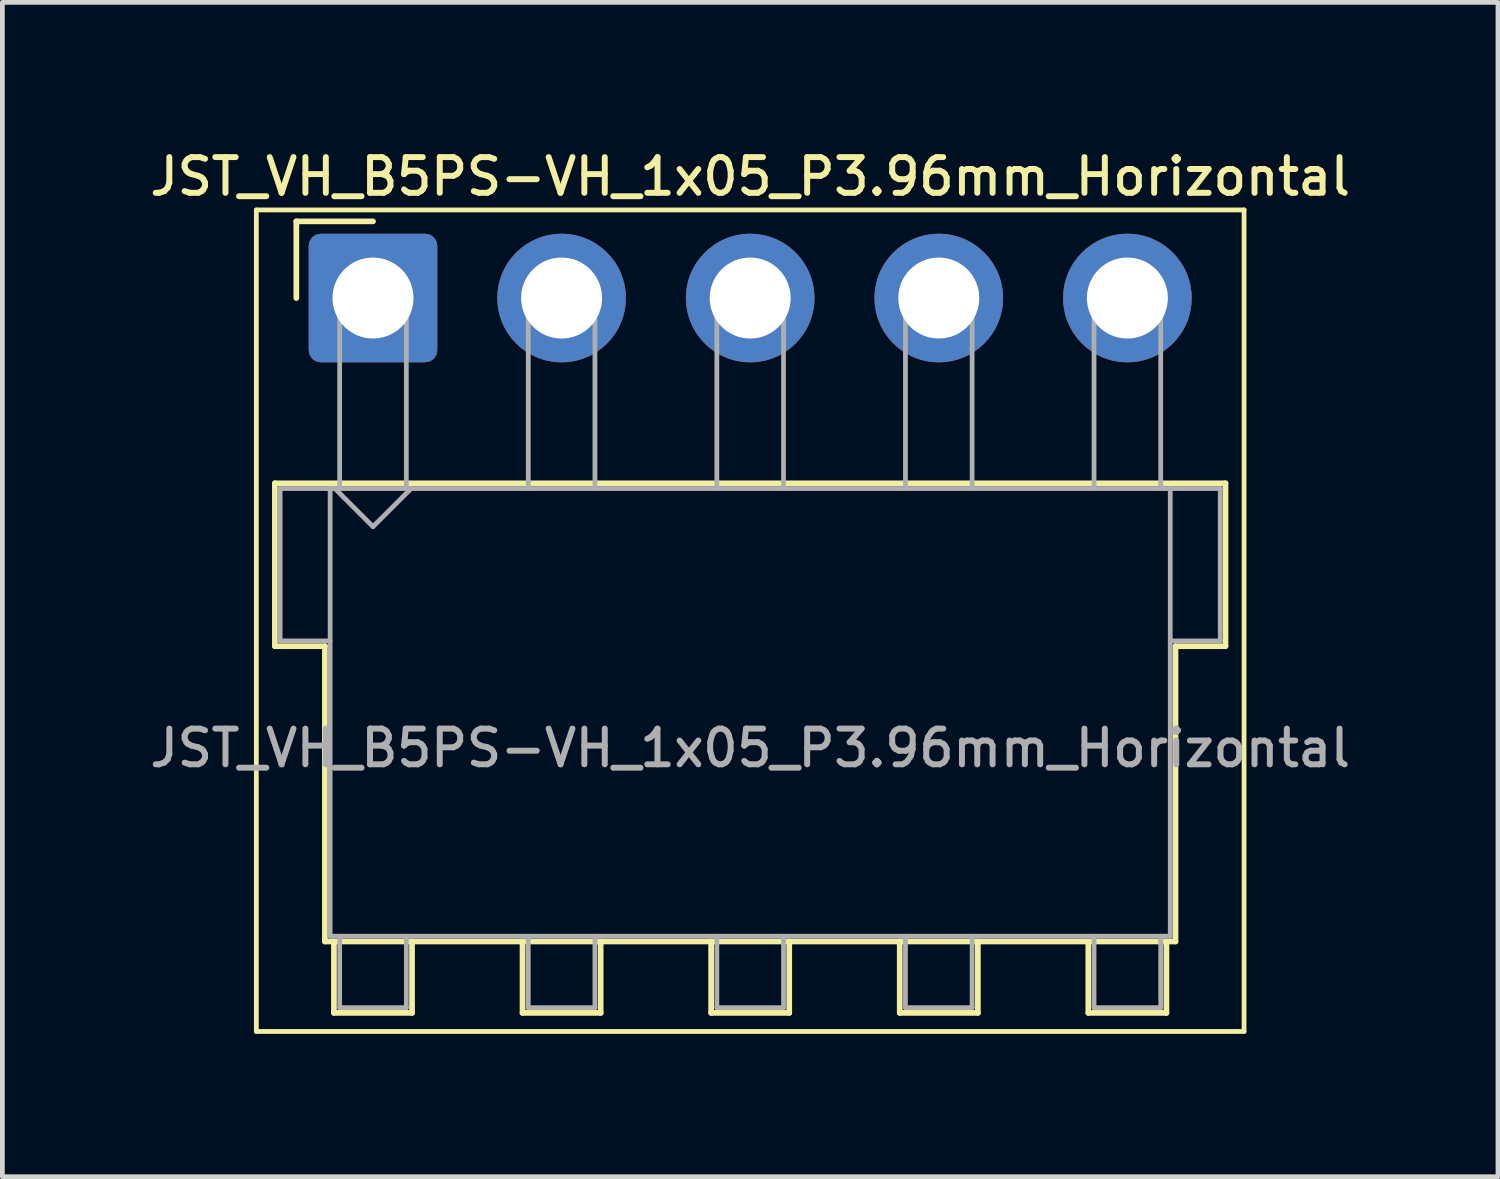
<source format=kicad_pcb>
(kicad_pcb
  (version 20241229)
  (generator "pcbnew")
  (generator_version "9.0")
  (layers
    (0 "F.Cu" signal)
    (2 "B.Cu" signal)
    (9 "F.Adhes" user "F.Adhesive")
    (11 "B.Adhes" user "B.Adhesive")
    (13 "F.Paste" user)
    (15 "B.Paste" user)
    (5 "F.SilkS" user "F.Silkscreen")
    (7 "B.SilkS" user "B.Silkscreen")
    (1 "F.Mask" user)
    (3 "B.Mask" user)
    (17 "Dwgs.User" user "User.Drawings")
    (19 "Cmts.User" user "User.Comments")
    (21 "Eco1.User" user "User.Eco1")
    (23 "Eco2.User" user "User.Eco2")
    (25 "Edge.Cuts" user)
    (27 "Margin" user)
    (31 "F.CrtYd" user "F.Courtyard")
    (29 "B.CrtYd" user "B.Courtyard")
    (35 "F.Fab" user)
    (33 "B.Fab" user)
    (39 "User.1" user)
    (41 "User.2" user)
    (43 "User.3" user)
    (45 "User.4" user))
  (footprint "JST_VH_B5PS-VH_1x05_P3.96mm_Horizontal"
    (layer "F.Cu")
    (at 4.782 3.208)
    (property "Reference" "JST_VH_B5PS-VH_1x05_P3.96mm_Horizontal" (at 7.92 -2.55 0) (layer "F.SilkS") (effects (font (size 0.75 0.75) (thickness 0.125))))
    (attr through_hole)
    (fp_line (start -2.45 -1.85) (end -2.45 15.4) (stroke (width 0.1) (type solid)) (layer "F.SilkS"))
    (fp_line (start -2.45 15.4) (end 18.29 15.4) (stroke (width 0.1) (type solid)) (layer "F.SilkS"))
    (fp_line (start -2.06 3.89) (end 17.9 3.89) (stroke (width 0.12) (type solid)) (layer "F.SilkS"))
    (fp_line (start -2.06 7.31) (end -2.06 3.89) (stroke (width 0.12) (type solid)) (layer "F.SilkS"))
    (fp_line (start -1.61 -1.61) (end -1.61 0) (stroke (width 0.12) (type solid)) (layer "F.SilkS"))
    (fp_line (start -1.01 7.31) (end -2.06 7.31) (stroke (width 0.12) (type solid)) (layer "F.SilkS"))
    (fp_line (start -1.01 13.51) (end -1.01 7.31) (stroke (width 0.12) (type solid)) (layer "F.SilkS"))
    (fp_line (start -0.82 13.51) (end -0.82 15.01) (stroke (width 0.12) (type solid)) (layer "F.SilkS"))
    (fp_line (start -0.82 15.01) (end 0.82 15.01) (stroke (width 0.12) (type solid)) (layer "F.SilkS"))
    (fp_line (start 0 -1.61) (end -1.61 -1.61) (stroke (width 0.12) (type solid)) (layer "F.SilkS"))
    (fp_line (start 0.82 15.01) (end 0.82 13.51) (stroke (width 0.12) (type solid)) (layer "F.SilkS"))
    (fp_line (start 3.14 13.51) (end 3.14 15.01) (stroke (width 0.12) (type solid)) (layer "F.SilkS"))
    (fp_line (start 3.14 15.01) (end 4.78 15.01) (stroke (width 0.12) (type solid)) (layer "F.SilkS"))
    (fp_line (start 4.78 15.01) (end 4.78 13.51) (stroke (width 0.12) (type solid)) (layer "F.SilkS"))
    (fp_line (start 7.1 13.51) (end 7.1 15.01) (stroke (width 0.12) (type solid)) (layer "F.SilkS"))
    (fp_line (start 7.1 15.01) (end 8.74 15.01) (stroke (width 0.12) (type solid)) (layer "F.SilkS"))
    (fp_line (start 8.74 15.01) (end 8.74 13.51) (stroke (width 0.12) (type solid)) (layer "F.SilkS"))
    (fp_line (start 11.06 13.51) (end 11.06 15.01) (stroke (width 0.12) (type solid)) (layer "F.SilkS"))
    (fp_line (start 11.06 15.01) (end 12.7 15.01) (stroke (width 0.12) (type solid)) (layer "F.SilkS"))
    (fp_line (start 12.7 15.01) (end 12.7 13.51) (stroke (width 0.12) (type solid)) (layer "F.SilkS"))
    (fp_line (start 15.02 13.51) (end 15.02 15.01) (stroke (width 0.12) (type solid)) (layer "F.SilkS"))
    (fp_line (start 15.02 15.01) (end 16.66 15.01) (stroke (width 0.12) (type solid)) (layer "F.SilkS"))
    (fp_line (start 16.66 15.01) (end 16.66 13.51) (stroke (width 0.12) (type solid)) (layer "F.SilkS"))
    (fp_line (start 16.85 7.31) (end 16.85 13.51) (stroke (width 0.12) (type solid)) (layer "F.SilkS"))
    (fp_line (start 16.85 13.51) (end -1.01 13.51) (stroke (width 0.12) (type solid)) (layer "F.SilkS"))
    (fp_line (start 17.9 3.89) (end 17.9 7.31) (stroke (width 0.12) (type solid)) (layer "F.SilkS"))
    (fp_line (start 17.9 7.31) (end 16.85 7.31) (stroke (width 0.12) (type solid)) (layer "F.SilkS"))
    (fp_line (start 18.29 -1.85) (end -2.45 -1.85) (stroke (width 0.1) (type solid)) (layer "F.SilkS"))
    (fp_line (start 18.29 15.4) (end 18.29 -1.85) (stroke (width 0.1) (type solid)) (layer "F.SilkS"))
    (fp_line (start -1.95 4) (end -0.9 4) (stroke (width 0.1) (type solid)) (layer "F.Fab"))
    (fp_line (start -1.95 7.2) (end -1.95 4) (stroke (width 0.1) (type solid)) (layer "F.Fab"))
    (fp_line (start -0.9 4) (end -0.9 13.4) (stroke (width 0.1) (type solid)) (layer "F.Fab"))
    (fp_line (start -0.9 7.2) (end -1.95 7.2) (stroke (width 0.1) (type solid)) (layer "F.Fab"))
    (fp_line (start -0.9 13.4) (end 16.74 13.4) (stroke (width 0.1) (type solid)) (layer "F.Fab"))
    (fp_line (start -0.8 4) (end 0 4.8) (stroke (width 0.1) (type solid)) (layer "F.Fab"))
    (fp_line (start -0.7 0) (end 0.7 0) (stroke (width 0.1) (type solid)) (layer "F.Fab"))
    (fp_line (start -0.7 4) (end -0.7 0) (stroke (width 0.1) (type solid)) (layer "F.Fab"))
    (fp_line (start -0.7 13.4) (end -0.7 14.9) (stroke (width 0.1) (type solid)) (layer "F.Fab"))
    (fp_line (start -0.7 14.9) (end 0.7 14.9) (stroke (width 0.1) (type solid)) (layer "F.Fab"))
    (fp_line (start 0 4.8) (end 0.8 4) (stroke (width 0.1) (type solid)) (layer "F.Fab"))
    (fp_line (start 0.7 0) (end 0.7 4) (stroke (width 0.1) (type solid)) (layer "F.Fab"))
    (fp_line (start 0.7 14.9) (end 0.7 13.4) (stroke (width 0.1) (type solid)) (layer "F.Fab"))
    (fp_line (start 3.26 0) (end 4.66 0) (stroke (width 0.1) (type solid)) (layer "F.Fab"))
    (fp_line (start 3.26 4) (end 3.26 0) (stroke (width 0.1) (type solid)) (layer "F.Fab"))
    (fp_line (start 3.26 13.4) (end 3.26 14.9) (stroke (width 0.1) (type solid)) (layer "F.Fab"))
    (fp_line (start 3.26 14.9) (end 4.66 14.9) (stroke (width 0.1) (type solid)) (layer "F.Fab"))
    (fp_line (start 4.66 0) (end 4.66 4) (stroke (width 0.1) (type solid)) (layer "F.Fab"))
    (fp_line (start 4.66 14.9) (end 4.66 13.4) (stroke (width 0.1) (type solid)) (layer "F.Fab"))
    (fp_line (start 7.22 0) (end 8.62 0) (stroke (width 0.1) (type solid)) (layer "F.Fab"))
    (fp_line (start 7.22 4) (end 7.22 0) (stroke (width 0.1) (type solid)) (layer "F.Fab"))
    (fp_line (start 7.22 13.4) (end 7.22 14.9) (stroke (width 0.1) (type solid)) (layer "F.Fab"))
    (fp_line (start 7.22 14.9) (end 8.62 14.9) (stroke (width 0.1) (type solid)) (layer "F.Fab"))
    (fp_line (start 8.62 0) (end 8.62 4) (stroke (width 0.1) (type solid)) (layer "F.Fab"))
    (fp_line (start 8.62 14.9) (end 8.62 13.4) (stroke (width 0.1) (type solid)) (layer "F.Fab"))
    (fp_line (start 11.18 0) (end 12.58 0) (stroke (width 0.1) (type solid)) (layer "F.Fab"))
    (fp_line (start 11.18 4) (end 11.18 0) (stroke (width 0.1) (type solid)) (layer "F.Fab"))
    (fp_line (start 11.18 13.4) (end 11.18 14.9) (stroke (width 0.1) (type solid)) (layer "F.Fab"))
    (fp_line (start 11.18 14.9) (end 12.58 14.9) (stroke (width 0.1) (type solid)) (layer "F.Fab"))
    (fp_line (start 12.58 0) (end 12.58 4) (stroke (width 0.1) (type solid)) (layer "F.Fab"))
    (fp_line (start 12.58 14.9) (end 12.58 13.4) (stroke (width 0.1) (type solid)) (layer "F.Fab"))
    (fp_line (start 15.14 0) (end 16.54 0) (stroke (width 0.1) (type solid)) (layer "F.Fab"))
    (fp_line (start 15.14 4) (end 15.14 0) (stroke (width 0.1) (type solid)) (layer "F.Fab"))
    (fp_line (start 15.14 13.4) (end 15.14 14.9) (stroke (width 0.1) (type solid)) (layer "F.Fab"))
    (fp_line (start 15.14 14.9) (end 16.54 14.9) (stroke (width 0.1) (type solid)) (layer "F.Fab"))
    (fp_line (start 16.54 0) (end 16.54 4) (stroke (width 0.1) (type solid)) (layer "F.Fab"))
    (fp_line (start 16.54 14.9) (end 16.54 13.4) (stroke (width 0.1) (type solid)) (layer "F.Fab"))
    (fp_line (start 16.74 4) (end -0.9 4) (stroke (width 0.1) (type solid)) (layer "F.Fab"))
    (fp_line (start 16.74 4) (end 17.79 4) (stroke (width 0.1) (type solid)) (layer "F.Fab"))
    (fp_line (start 16.74 13.4) (end 16.74 4) (stroke (width 0.1) (type solid)) (layer "F.Fab"))
    (fp_line (start 17.79 4) (end 17.79 7.2) (stroke (width 0.1) (type solid)) (layer "F.Fab"))
    (fp_line (start 17.79 7.2) (end 16.74 7.2) (stroke (width 0.1) (type solid)) (layer "F.Fab"))
    (fp_text user "${REFERENCE}" (at 7.92 9.45 0) (layer "F.Fab") (effects (font (size 0.75 0.75) (thickness 0.125))))
    (pad "1" thru_hole roundrect (at 0 0) (size 2.7 2.7) (drill 1.7) (layers "*.Cu" "*.Mask") (roundrect_rratio 0.093))
    (pad "2" thru_hole circle (at 3.96 0) (size 2.7 2.7) (drill 1.7) (layers "*.Cu" "*.Mask"))
    (pad "3" thru_hole circle (at 7.92 0) (size 2.7 2.7) (drill 1.7) (layers "*.Cu" "*.Mask"))
    (pad "4" thru_hole circle (at 11.88 0) (size 2.7 2.7) (drill 1.7) (layers "*.Cu" "*.Mask"))
    (pad "5" thru_hole circle (at 15.84 0) (size 2.7 2.7) (drill 1.7) (layers "*.Cu" "*.Mask")))
  (gr_rect
    (start -3 -3)
    (end 28.404 21.658)
    (stroke (width 0.1) (type default))
    (fill no)
    (layer "Edge.Cuts")))
</source>
